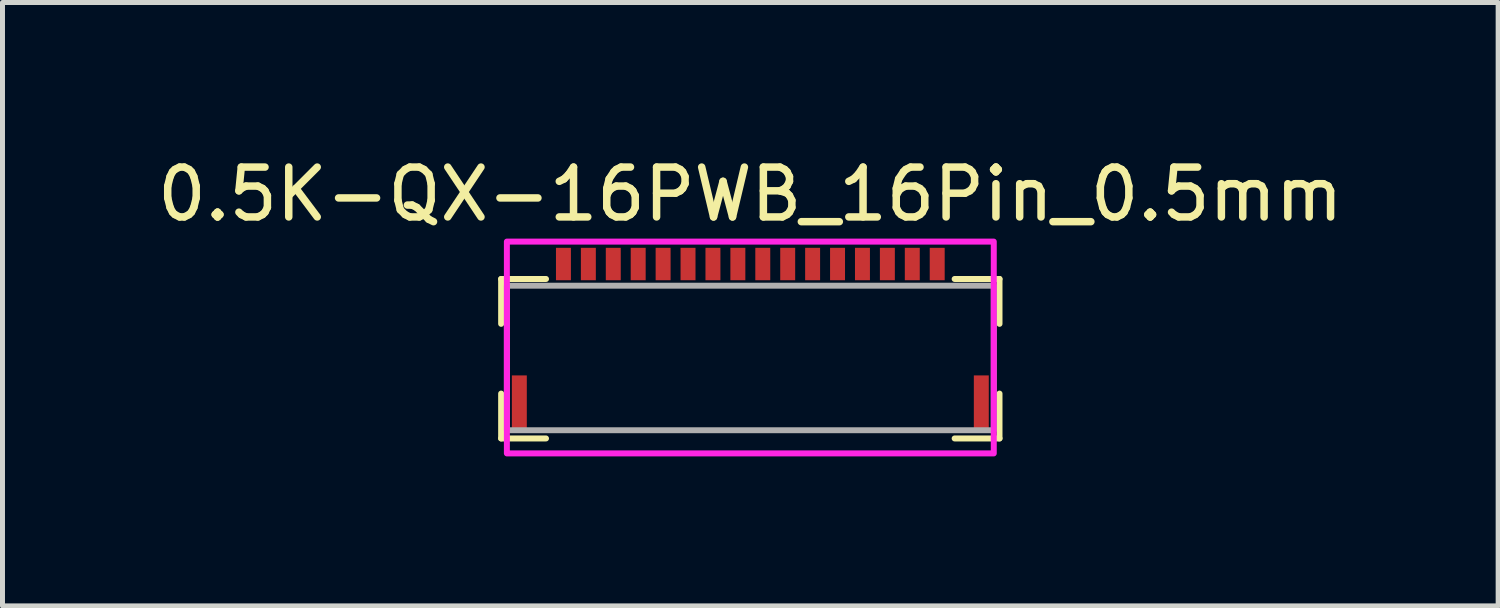
<source format=kicad_pcb>
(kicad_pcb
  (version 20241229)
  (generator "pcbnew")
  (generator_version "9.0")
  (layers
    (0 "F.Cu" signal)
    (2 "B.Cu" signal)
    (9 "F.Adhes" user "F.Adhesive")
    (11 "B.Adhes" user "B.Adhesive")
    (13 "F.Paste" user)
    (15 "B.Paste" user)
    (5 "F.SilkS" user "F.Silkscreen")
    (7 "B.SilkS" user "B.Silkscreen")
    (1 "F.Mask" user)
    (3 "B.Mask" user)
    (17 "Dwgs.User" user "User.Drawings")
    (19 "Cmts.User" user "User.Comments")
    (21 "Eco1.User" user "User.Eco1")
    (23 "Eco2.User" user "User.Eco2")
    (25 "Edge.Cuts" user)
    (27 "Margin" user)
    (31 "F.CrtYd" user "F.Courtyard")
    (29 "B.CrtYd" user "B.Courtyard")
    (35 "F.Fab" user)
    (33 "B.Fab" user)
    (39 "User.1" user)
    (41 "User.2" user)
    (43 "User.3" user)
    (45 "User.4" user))
  (footprint "0.5K-QX-16PWB_16Pin_0.5mm"
    (layer "F.Cu")
    (at 12.006 2.248)
    (property "Reference" "0.5K-QX-16PWB_16Pin_0.5mm" (at 0 -1.4 0) (unlocked yes) (layer "F.SilkS") (effects (font (size 1 1) (thickness 0.15))))
    (attr smd)
    (fp_line (start -5 1.2) (end -5 0.3) (stroke (width 0.12) (type default)) (layer "F.SilkS"))
    (fp_line (start -5 2.6) (end -5 3.5) (stroke (width 0.12) (type default)) (layer "F.SilkS"))
    (fp_line (start -4.1 0.3) (end -5 0.3) (stroke (width 0.12) (type default)) (layer "F.SilkS"))
    (fp_line (start -4.1 3.5) (end -5 3.5) (stroke (width 0.12) (type default)) (layer "F.SilkS"))
    (fp_line (start 4.1 0.3) (end 5 0.3) (stroke (width 0.12) (type default)) (layer "F.SilkS"))
    (fp_line (start 4.1 3.5) (end 5 3.5) (stroke (width 0.12) (type default)) (layer "F.SilkS"))
    (fp_line (start 5 1.2) (end 5 0.3) (stroke (width 0.12) (type default)) (layer "F.SilkS"))
    (fp_line (start 5 2.6) (end 5 3.5) (stroke (width 0.12) (type default)) (layer "F.SilkS"))
    (fp_rect (start -4.885 -0.45) (end 4.885 3.8) (stroke (width 0.12) (type default)) (fill no) (layer "F.CrtYd"))
    (fp_rect (start -4.885 0.435) (end 4.885 3.335) (stroke (width 0.12) (type default)) (fill no) (layer "F.Fab"))
    (pad "1" smd rect (at -3.75 0) (size 0.3 0.65) (layers "F.Cu" "F.Mask" "F.Paste"))
    (pad "2" smd rect (at -3.25 0) (size 0.3 0.65) (layers "F.Cu" "F.Mask" "F.Paste"))
    (pad "3" smd rect (at -2.75 0) (size 0.3 0.65) (layers "F.Cu" "F.Mask" "F.Paste"))
    (pad "4" smd rect (at -2.25 0) (size 0.3 0.65) (layers "F.Cu" "F.Mask" "F.Paste"))
    (pad "5" smd rect (at -1.75 0) (size 0.3 0.65) (layers "F.Cu" "F.Mask" "F.Paste"))
    (pad "6" smd rect (at -1.25 0) (size 0.3 0.65) (layers "F.Cu" "F.Mask" "F.Paste"))
    (pad "7" smd rect (at -0.75 0) (size 0.3 0.65) (layers "F.Cu" "F.Mask" "F.Paste"))
    (pad "8" smd rect (at -0.25 0) (size 0.3 0.65) (layers "F.Cu" "F.Mask" "F.Paste"))
    (pad "9" smd rect (at 0.25 0) (size 0.3 0.65) (layers "F.Cu" "F.Mask" "F.Paste"))
    (pad "10" smd rect (at 0.75 0) (size 0.3 0.65) (layers "F.Cu" "F.Mask" "F.Paste"))
    (pad "11" smd rect (at 1.25 0) (size 0.3 0.65) (layers "F.Cu" "F.Mask" "F.Paste"))
    (pad "12" smd rect (at 1.75 0) (size 0.3 0.65) (layers "F.Cu" "F.Mask" "F.Paste"))
    (pad "13" smd rect (at 2.25 0) (size 0.3 0.65) (layers "F.Cu" "F.Mask" "F.Paste"))
    (pad "14" smd rect (at 2.75 0) (size 0.3 0.65) (layers "F.Cu" "F.Mask" "F.Paste"))
    (pad "15" smd rect (at 3.25 0) (size 0.3 0.65) (layers "F.Cu" "F.Mask" "F.Paste"))
    (pad "16" smd rect (at 3.75 0) (size 0.3 0.65) (layers "F.Cu" "F.Mask" "F.Paste"))
    (pad "MP" smd rect (at -4.635 2.81) (size 0.3 1.15) (layers "F.Cu" "F.Mask" "F.Paste"))
    (pad "MP" smd rect (at 4.635 2.81) (size 0.3 1.15) (layers "F.Cu" "F.Mask" "F.Paste")))
  (gr_rect
    (start -3 -3)
    (end 27.012 9.108)
    (stroke (width 0.1) (type default))
    (fill no)
    (layer "Edge.Cuts")))
</source>
